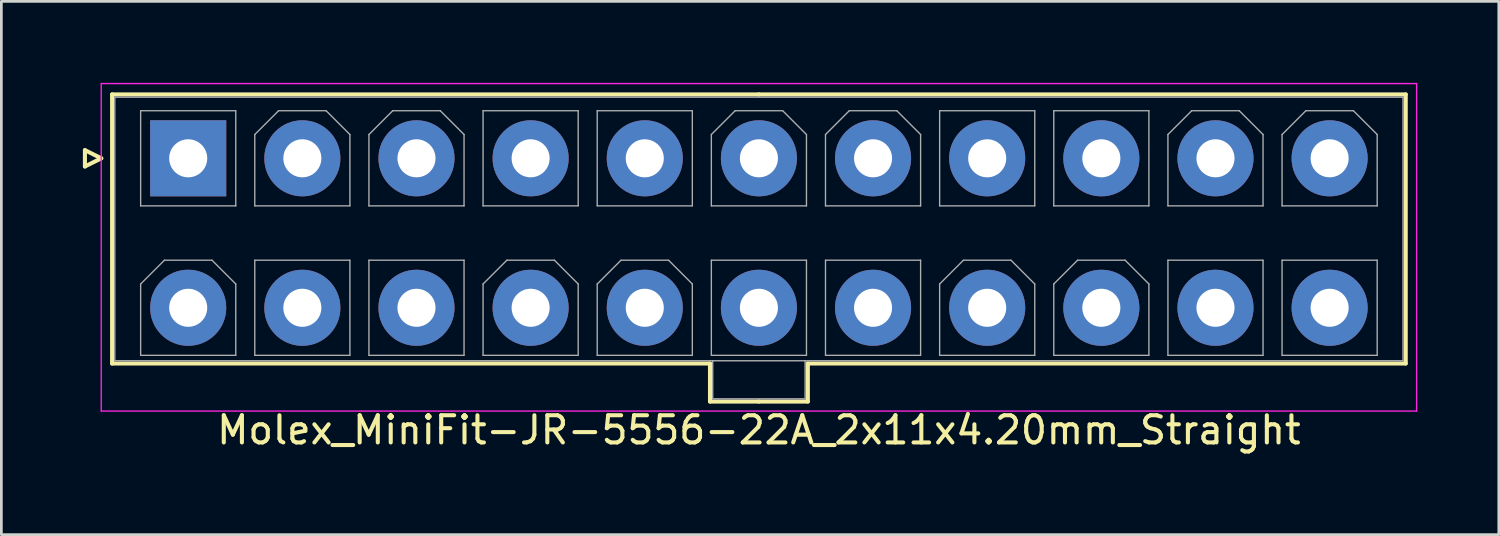
<source format=kicad_pcb>
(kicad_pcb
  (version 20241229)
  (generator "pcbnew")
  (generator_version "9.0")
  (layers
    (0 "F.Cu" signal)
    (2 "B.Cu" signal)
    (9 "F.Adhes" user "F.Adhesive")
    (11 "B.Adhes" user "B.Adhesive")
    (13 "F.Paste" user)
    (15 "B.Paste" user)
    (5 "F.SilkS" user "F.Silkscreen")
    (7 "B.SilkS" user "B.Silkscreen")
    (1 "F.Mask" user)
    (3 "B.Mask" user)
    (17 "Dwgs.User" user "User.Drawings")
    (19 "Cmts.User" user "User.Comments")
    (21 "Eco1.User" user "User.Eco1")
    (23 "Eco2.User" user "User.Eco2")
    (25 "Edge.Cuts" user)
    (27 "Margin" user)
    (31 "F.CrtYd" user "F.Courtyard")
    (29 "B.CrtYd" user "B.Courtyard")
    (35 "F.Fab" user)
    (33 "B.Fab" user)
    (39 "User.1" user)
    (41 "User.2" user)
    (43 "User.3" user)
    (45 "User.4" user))
  (footprint "Molex_MiniFit-JR-5556-22A_2x11x4.20mm_Straight"
    (layer "F.Cu")
    (at 3.875 2.775)
    (property "Reference" "Molex_MiniFit-JR-5556-22A_2x11x4.20mm_Straight" (at 21 10 0) (layer "F.SilkS") (effects (font (size 1 1) (thickness 0.15))))
    (attr through_hole)
    (fp_line (start -3.8 -0.3) (end -3.2 0) (stroke (width 0.15) (type solid)) (layer "F.SilkS"))
    (fp_line (start -3.8 0.3) (end -3.8 -0.3) (stroke (width 0.15) (type solid)) (layer "F.SilkS"))
    (fp_line (start -3.2 0) (end -3.8 0.3) (stroke (width 0.15) (type solid)) (layer "F.SilkS"))
    (fp_line (start -2.8 -2.35) (end -2.8 7.55) (stroke (width 0.15) (type solid)) (layer "F.SilkS"))
    (fp_line (start -2.8 7.55) (end 19.2 7.55) (stroke (width 0.15) (type solid)) (layer "F.SilkS"))
    (fp_line (start 19.2 7.55) (end 19.2 8.95) (stroke (width 0.15) (type solid)) (layer "F.SilkS"))
    (fp_line (start 19.2 8.95) (end 21 8.95) (stroke (width 0.15) (type solid)) (layer "F.SilkS"))
    (fp_line (start 21 -2.35) (end -2.8 -2.35) (stroke (width 0.15) (type solid)) (layer "F.SilkS"))
    (fp_line (start 21 -2.35) (end 44.8 -2.35) (stroke (width 0.15) (type solid)) (layer "F.SilkS"))
    (fp_line (start 22.8 7.55) (end 22.8 8.95) (stroke (width 0.15) (type solid)) (layer "F.SilkS"))
    (fp_line (start 22.8 8.95) (end 21 8.95) (stroke (width 0.15) (type solid)) (layer "F.SilkS"))
    (fp_line (start 44.8 -2.35) (end 44.8 7.55) (stroke (width 0.15) (type solid)) (layer "F.SilkS"))
    (fp_line (start 44.8 7.55) (end 22.8 7.55) (stroke (width 0.15) (type solid)) (layer "F.SilkS"))
    (fp_line (start -3.2 -2.75) (end -3.2 9.3) (stroke (width 0.05) (type solid)) (layer "F.CrtYd"))
    (fp_line (start -3.2 9.3) (end 45.2 9.3) (stroke (width 0.05) (type solid)) (layer "F.CrtYd"))
    (fp_line (start 45.2 -2.75) (end -3.2 -2.75) (stroke (width 0.05) (type solid)) (layer "F.CrtYd"))
    (fp_line (start 45.2 9.3) (end 45.2 -2.75) (stroke (width 0.05) (type solid)) (layer "F.CrtYd"))
    (fp_line (start -2.7 -2.25) (end -2.7 7.45) (stroke (width 0.05) (type solid)) (layer "F.Fab"))
    (fp_line (start -2.7 7.45) (end 44.7 7.45) (stroke (width 0.05) (type solid)) (layer "F.Fab"))
    (fp_line (start -1.75 -1.75) (end -1.75 1.75) (stroke (width 0.05) (type solid)) (layer "F.Fab"))
    (fp_line (start -1.75 1.75) (end 1.75 1.75) (stroke (width 0.05) (type solid)) (layer "F.Fab"))
    (fp_line (start -1.75 4.625) (end -0.875 3.75) (stroke (width 0.05) (type solid)) (layer "F.Fab"))
    (fp_line (start -1.75 7.25) (end -1.75 4.625) (stroke (width 0.05) (type solid)) (layer "F.Fab"))
    (fp_line (start -0.875 3.75) (end 0.875 3.75) (stroke (width 0.05) (type solid)) (layer "F.Fab"))
    (fp_line (start 0.875 3.75) (end 1.75 4.625) (stroke (width 0.05) (type solid)) (layer "F.Fab"))
    (fp_line (start 1.75 -1.75) (end -1.75 -1.75) (stroke (width 0.05) (type solid)) (layer "F.Fab"))
    (fp_line (start 1.75 1.75) (end 1.75 -1.75) (stroke (width 0.05) (type solid)) (layer "F.Fab"))
    (fp_line (start 1.75 4.625) (end 1.75 7.25) (stroke (width 0.05) (type solid)) (layer "F.Fab"))
    (fp_line (start 1.75 7.25) (end -1.75 7.25) (stroke (width 0.05) (type solid)) (layer "F.Fab"))
    (fp_line (start 2.45 -0.875) (end 3.325 -1.75) (stroke (width 0.05) (type solid)) (layer "F.Fab"))
    (fp_line (start 2.45 1.75) (end 2.45 -0.875) (stroke (width 0.05) (type solid)) (layer "F.Fab"))
    (fp_line (start 2.45 3.75) (end 2.45 7.25) (stroke (width 0.05) (type solid)) (layer "F.Fab"))
    (fp_line (start 2.45 7.25) (end 5.95 7.25) (stroke (width 0.05) (type solid)) (layer "F.Fab"))
    (fp_line (start 3.325 -1.75) (end 5.075 -1.75) (stroke (width 0.05) (type solid)) (layer "F.Fab"))
    (fp_line (start 5.075 -1.75) (end 5.95 -0.875) (stroke (width 0.05) (type solid)) (layer "F.Fab"))
    (fp_line (start 5.95 -0.875) (end 5.95 1.75) (stroke (width 0.05) (type solid)) (layer "F.Fab"))
    (fp_line (start 5.95 1.75) (end 2.45 1.75) (stroke (width 0.05) (type solid)) (layer "F.Fab"))
    (fp_line (start 5.95 3.75) (end 2.45 3.75) (stroke (width 0.05) (type solid)) (layer "F.Fab"))
    (fp_line (start 5.95 7.25) (end 5.95 3.75) (stroke (width 0.05) (type solid)) (layer "F.Fab"))
    (fp_line (start 6.65 -0.875) (end 7.525 -1.75) (stroke (width 0.05) (type solid)) (layer "F.Fab"))
    (fp_line (start 6.65 1.75) (end 6.65 -0.875) (stroke (width 0.05) (type solid)) (layer "F.Fab"))
    (fp_line (start 6.65 3.75) (end 6.65 7.25) (stroke (width 0.05) (type solid)) (layer "F.Fab"))
    (fp_line (start 6.65 7.25) (end 10.15 7.25) (stroke (width 0.05) (type solid)) (layer "F.Fab"))
    (fp_line (start 7.525 -1.75) (end 9.275 -1.75) (stroke (width 0.05) (type solid)) (layer "F.Fab"))
    (fp_line (start 9.275 -1.75) (end 10.15 -0.875) (stroke (width 0.05) (type solid)) (layer "F.Fab"))
    (fp_line (start 10.15 -0.875) (end 10.15 1.75) (stroke (width 0.05) (type solid)) (layer "F.Fab"))
    (fp_line (start 10.15 1.75) (end 6.65 1.75) (stroke (width 0.05) (type solid)) (layer "F.Fab"))
    (fp_line (start 10.15 3.75) (end 6.65 3.75) (stroke (width 0.05) (type solid)) (layer "F.Fab"))
    (fp_line (start 10.15 7.25) (end 10.15 3.75) (stroke (width 0.05) (type solid)) (layer "F.Fab"))
    (fp_line (start 10.85 -1.75) (end 10.85 1.75) (stroke (width 0.05) (type solid)) (layer "F.Fab"))
    (fp_line (start 10.85 1.75) (end 14.35 1.75) (stroke (width 0.05) (type solid)) (layer "F.Fab"))
    (fp_line (start 10.85 4.625) (end 11.725 3.75) (stroke (width 0.05) (type solid)) (layer "F.Fab"))
    (fp_line (start 10.85 7.25) (end 10.85 4.625) (stroke (width 0.05) (type solid)) (layer "F.Fab"))
    (fp_line (start 11.725 3.75) (end 13.475 3.75) (stroke (width 0.05) (type solid)) (layer "F.Fab"))
    (fp_line (start 13.475 3.75) (end 14.35 4.625) (stroke (width 0.05) (type solid)) (layer "F.Fab"))
    (fp_line (start 14.35 -1.75) (end 10.85 -1.75) (stroke (width 0.05) (type solid)) (layer "F.Fab"))
    (fp_line (start 14.35 1.75) (end 14.35 -1.75) (stroke (width 0.05) (type solid)) (layer "F.Fab"))
    (fp_line (start 14.35 4.625) (end 14.35 7.25) (stroke (width 0.05) (type solid)) (layer "F.Fab"))
    (fp_line (start 14.35 7.25) (end 10.85 7.25) (stroke (width 0.05) (type solid)) (layer "F.Fab"))
    (fp_line (start 15.05 -1.75) (end 15.05 1.75) (stroke (width 0.05) (type solid)) (layer "F.Fab"))
    (fp_line (start 15.05 1.75) (end 18.55 1.75) (stroke (width 0.05) (type solid)) (layer "F.Fab"))
    (fp_line (start 15.05 4.625) (end 15.925 3.75) (stroke (width 0.05) (type solid)) (layer "F.Fab"))
    (fp_line (start 15.05 7.25) (end 15.05 4.625) (stroke (width 0.05) (type solid)) (layer "F.Fab"))
    (fp_line (start 15.925 3.75) (end 17.675 3.75) (stroke (width 0.05) (type solid)) (layer "F.Fab"))
    (fp_line (start 17.675 3.75) (end 18.55 4.625) (stroke (width 0.05) (type solid)) (layer "F.Fab"))
    (fp_line (start 18.55 -1.75) (end 15.05 -1.75) (stroke (width 0.05) (type solid)) (layer "F.Fab"))
    (fp_line (start 18.55 1.75) (end 18.55 -1.75) (stroke (width 0.05) (type solid)) (layer "F.Fab"))
    (fp_line (start 18.55 4.625) (end 18.55 7.25) (stroke (width 0.05) (type solid)) (layer "F.Fab"))
    (fp_line (start 18.55 7.25) (end 15.05 7.25) (stroke (width 0.05) (type solid)) (layer "F.Fab"))
    (fp_line (start 19.25 -0.875) (end 20.125 -1.75) (stroke (width 0.05) (type solid)) (layer "F.Fab"))
    (fp_line (start 19.25 1.75) (end 19.25 -0.875) (stroke (width 0.05) (type solid)) (layer "F.Fab"))
    (fp_line (start 19.25 3.75) (end 19.25 7.25) (stroke (width 0.05) (type solid)) (layer "F.Fab"))
    (fp_line (start 19.25 7.25) (end 22.75 7.25) (stroke (width 0.05) (type solid)) (layer "F.Fab"))
    (fp_line (start 19.3 7.45) (end 19.3 8.85) (stroke (width 0.05) (type solid)) (layer "F.Fab"))
    (fp_line (start 19.3 8.85) (end 22.7 8.85) (stroke (width 0.05) (type solid)) (layer "F.Fab"))
    (fp_line (start 20.125 -1.75) (end 21.875 -1.75) (stroke (width 0.05) (type solid)) (layer "F.Fab"))
    (fp_line (start 21.875 -1.75) (end 22.75 -0.875) (stroke (width 0.05) (type solid)) (layer "F.Fab"))
    (fp_line (start 22.7 8.85) (end 22.7 7.45) (stroke (width 0.05) (type solid)) (layer "F.Fab"))
    (fp_line (start 22.75 -0.875) (end 22.75 1.75) (stroke (width 0.05) (type solid)) (layer "F.Fab"))
    (fp_line (start 22.75 1.75) (end 19.25 1.75) (stroke (width 0.05) (type solid)) (layer "F.Fab"))
    (fp_line (start 22.75 3.75) (end 19.25 3.75) (stroke (width 0.05) (type solid)) (layer "F.Fab"))
    (fp_line (start 22.75 7.25) (end 22.75 3.75) (stroke (width 0.05) (type solid)) (layer "F.Fab"))
    (fp_line (start 23.45 -0.875) (end 24.325 -1.75) (stroke (width 0.05) (type solid)) (layer "F.Fab"))
    (fp_line (start 23.45 1.75) (end 23.45 -0.875) (stroke (width 0.05) (type solid)) (layer "F.Fab"))
    (fp_line (start 23.45 3.75) (end 23.45 7.25) (stroke (width 0.05) (type solid)) (layer "F.Fab"))
    (fp_line (start 23.45 7.25) (end 26.95 7.25) (stroke (width 0.05) (type solid)) (layer "F.Fab"))
    (fp_line (start 24.325 -1.75) (end 26.075 -1.75) (stroke (width 0.05) (type solid)) (layer "F.Fab"))
    (fp_line (start 26.075 -1.75) (end 26.95 -0.875) (stroke (width 0.05) (type solid)) (layer "F.Fab"))
    (fp_line (start 26.95 -0.875) (end 26.95 1.75) (stroke (width 0.05) (type solid)) (layer "F.Fab"))
    (fp_line (start 26.95 1.75) (end 23.45 1.75) (stroke (width 0.05) (type solid)) (layer "F.Fab"))
    (fp_line (start 26.95 3.75) (end 23.45 3.75) (stroke (width 0.05) (type solid)) (layer "F.Fab"))
    (fp_line (start 26.95 7.25) (end 26.95 3.75) (stroke (width 0.05) (type solid)) (layer "F.Fab"))
    (fp_line (start 27.65 -1.75) (end 27.65 1.75) (stroke (width 0.05) (type solid)) (layer "F.Fab"))
    (fp_line (start 27.65 1.75) (end 31.15 1.75) (stroke (width 0.05) (type solid)) (layer "F.Fab"))
    (fp_line (start 27.65 4.625) (end 28.525 3.75) (stroke (width 0.05) (type solid)) (layer "F.Fab"))
    (fp_line (start 27.65 7.25) (end 27.65 4.625) (stroke (width 0.05) (type solid)) (layer "F.Fab"))
    (fp_line (start 28.525 3.75) (end 30.275 3.75) (stroke (width 0.05) (type solid)) (layer "F.Fab"))
    (fp_line (start 30.275 3.75) (end 31.15 4.625) (stroke (width 0.05) (type solid)) (layer "F.Fab"))
    (fp_line (start 31.15 -1.75) (end 27.65 -1.75) (stroke (width 0.05) (type solid)) (layer "F.Fab"))
    (fp_line (start 31.15 1.75) (end 31.15 -1.75) (stroke (width 0.05) (type solid)) (layer "F.Fab"))
    (fp_line (start 31.15 4.625) (end 31.15 7.25) (stroke (width 0.05) (type solid)) (layer "F.Fab"))
    (fp_line (start 31.15 7.25) (end 27.65 7.25) (stroke (width 0.05) (type solid)) (layer "F.Fab"))
    (fp_line (start 31.85 -1.75) (end 31.85 1.75) (stroke (width 0.05) (type solid)) (layer "F.Fab"))
    (fp_line (start 31.85 1.75) (end 35.35 1.75) (stroke (width 0.05) (type solid)) (layer "F.Fab"))
    (fp_line (start 31.85 4.625) (end 32.725 3.75) (stroke (width 0.05) (type solid)) (layer "F.Fab"))
    (fp_line (start 31.85 7.25) (end 31.85 4.625) (stroke (width 0.05) (type solid)) (layer "F.Fab"))
    (fp_line (start 32.725 3.75) (end 34.475 3.75) (stroke (width 0.05) (type solid)) (layer "F.Fab"))
    (fp_line (start 34.475 3.75) (end 35.35 4.625) (stroke (width 0.05) (type solid)) (layer "F.Fab"))
    (fp_line (start 35.35 -1.75) (end 31.85 -1.75) (stroke (width 0.05) (type solid)) (layer "F.Fab"))
    (fp_line (start 35.35 1.75) (end 35.35 -1.75) (stroke (width 0.05) (type solid)) (layer "F.Fab"))
    (fp_line (start 35.35 4.625) (end 35.35 7.25) (stroke (width 0.05) (type solid)) (layer "F.Fab"))
    (fp_line (start 35.35 7.25) (end 31.85 7.25) (stroke (width 0.05) (type solid)) (layer "F.Fab"))
    (fp_line (start 36.05 -0.875) (end 36.925 -1.75) (stroke (width 0.05) (type solid)) (layer "F.Fab"))
    (fp_line (start 36.05 1.75) (end 36.05 -0.875) (stroke (width 0.05) (type solid)) (layer "F.Fab"))
    (fp_line (start 36.05 3.75) (end 36.05 7.25) (stroke (width 0.05) (type solid)) (layer "F.Fab"))
    (fp_line (start 36.05 7.25) (end 39.55 7.25) (stroke (width 0.05) (type solid)) (layer "F.Fab"))
    (fp_line (start 36.925 -1.75) (end 38.675 -1.75) (stroke (width 0.05) (type solid)) (layer "F.Fab"))
    (fp_line (start 38.675 -1.75) (end 39.55 -0.875) (stroke (width 0.05) (type solid)) (layer "F.Fab"))
    (fp_line (start 39.55 -0.875) (end 39.55 1.75) (stroke (width 0.05) (type solid)) (layer "F.Fab"))
    (fp_line (start 39.55 1.75) (end 36.05 1.75) (stroke (width 0.05) (type solid)) (layer "F.Fab"))
    (fp_line (start 39.55 3.75) (end 36.05 3.75) (stroke (width 0.05) (type solid)) (layer "F.Fab"))
    (fp_line (start 39.55 7.25) (end 39.55 3.75) (stroke (width 0.05) (type solid)) (layer "F.Fab"))
    (fp_line (start 40.25 -0.875) (end 41.125 -1.75) (stroke (width 0.05) (type solid)) (layer "F.Fab"))
    (fp_line (start 40.25 1.75) (end 40.25 -0.875) (stroke (width 0.05) (type solid)) (layer "F.Fab"))
    (fp_line (start 40.25 3.75) (end 40.25 7.25) (stroke (width 0.05) (type solid)) (layer "F.Fab"))
    (fp_line (start 40.25 7.25) (end 43.75 7.25) (stroke (width 0.05) (type solid)) (layer "F.Fab"))
    (fp_line (start 41.125 -1.75) (end 42.875 -1.75) (stroke (width 0.05) (type solid)) (layer "F.Fab"))
    (fp_line (start 42.875 -1.75) (end 43.75 -0.875) (stroke (width 0.05) (type solid)) (layer "F.Fab"))
    (fp_line (start 43.75 -0.875) (end 43.75 1.75) (stroke (width 0.05) (type solid)) (layer "F.Fab"))
    (fp_line (start 43.75 1.75) (end 40.25 1.75) (stroke (width 0.05) (type solid)) (layer "F.Fab"))
    (fp_line (start 43.75 3.75) (end 40.25 3.75) (stroke (width 0.05) (type solid)) (layer "F.Fab"))
    (fp_line (start 43.75 7.25) (end 43.75 3.75) (stroke (width 0.05) (type solid)) (layer "F.Fab"))
    (fp_line (start 44.7 -2.25) (end -2.7 -2.25) (stroke (width 0.05) (type solid)) (layer "F.Fab"))
    (fp_line (start 44.7 7.45) (end 44.7 -2.25) (stroke (width 0.05) (type solid)) (layer "F.Fab"))
    (pad "1" thru_hole rect (at 0 0) (size 2.8 2.8) (drill 1.4) (layers "*.Cu" "*.Mask"))
    (pad "2" thru_hole circle (at 4.2 0) (size 2.8 2.8) (drill 1.4) (layers "*.Cu" "*.Mask"))
    (pad "3" thru_hole circle (at 8.4 0) (size 2.8 2.8) (drill 1.4) (layers "*.Cu" "*.Mask"))
    (pad "4" thru_hole circle (at 12.6 0) (size 2.8 2.8) (drill 1.4) (layers "*.Cu" "*.Mask"))
    (pad "5" thru_hole circle (at 16.8 0) (size 2.8 2.8) (drill 1.4) (layers "*.Cu" "*.Mask"))
    (pad "6" thru_hole circle (at 21 0) (size 2.8 2.8) (drill 1.4) (layers "*.Cu" "*.Mask"))
    (pad "7" thru_hole circle (at 25.2 0) (size 2.8 2.8) (drill 1.4) (layers "*.Cu" "*.Mask"))
    (pad "8" thru_hole circle (at 29.4 0) (size 2.8 2.8) (drill 1.4) (layers "*.Cu" "*.Mask"))
    (pad "9" thru_hole circle (at 33.6 0) (size 2.8 2.8) (drill 1.4) (layers "*.Cu" "*.Mask"))
    (pad "10" thru_hole circle (at 37.8 0) (size 2.8 2.8) (drill 1.4) (layers "*.Cu" "*.Mask"))
    (pad "11" thru_hole circle (at 42 0) (size 2.8 2.8) (drill 1.4) (layers "*.Cu" "*.Mask"))
    (pad "12" thru_hole circle (at 0 5.5) (size 2.8 2.8) (drill 1.4) (layers "*.Cu" "*.Mask"))
    (pad "13" thru_hole circle (at 4.2 5.5) (size 2.8 2.8) (drill 1.4) (layers "*.Cu" "*.Mask"))
    (pad "14" thru_hole circle (at 8.4 5.5) (size 2.8 2.8) (drill 1.4) (layers "*.Cu" "*.Mask"))
    (pad "15" thru_hole circle (at 12.6 5.5) (size 2.8 2.8) (drill 1.4) (layers "*.Cu" "*.Mask"))
    (pad "16" thru_hole circle (at 16.8 5.5) (size 2.8 2.8) (drill 1.4) (layers "*.Cu" "*.Mask"))
    (pad "17" thru_hole circle (at 21 5.5) (size 2.8 2.8) (drill 1.4) (layers "*.Cu" "*.Mask"))
    (pad "18" thru_hole circle (at 25.2 5.5) (size 2.8 2.8) (drill 1.4) (layers "*.Cu" "*.Mask"))
    (pad "19" thru_hole circle (at 29.4 5.5) (size 2.8 2.8) (drill 1.4) (layers "*.Cu" "*.Mask"))
    (pad "20" thru_hole circle (at 33.6 5.5) (size 2.8 2.8) (drill 1.4) (layers "*.Cu" "*.Mask"))
    (pad "21" thru_hole circle (at 37.8 5.5) (size 2.8 2.8) (drill 1.4) (layers "*.Cu" "*.Mask"))
    (pad "22" thru_hole circle (at 42 5.5) (size 2.8 2.8) (drill 1.4) (layers "*.Cu" "*.Mask")))
  (gr_rect
    (start -3 -3)
    (end 52.1 16.623)
    (stroke (width 0.1) (type default))
    (fill no)
    (layer "Edge.Cuts")))
</source>
